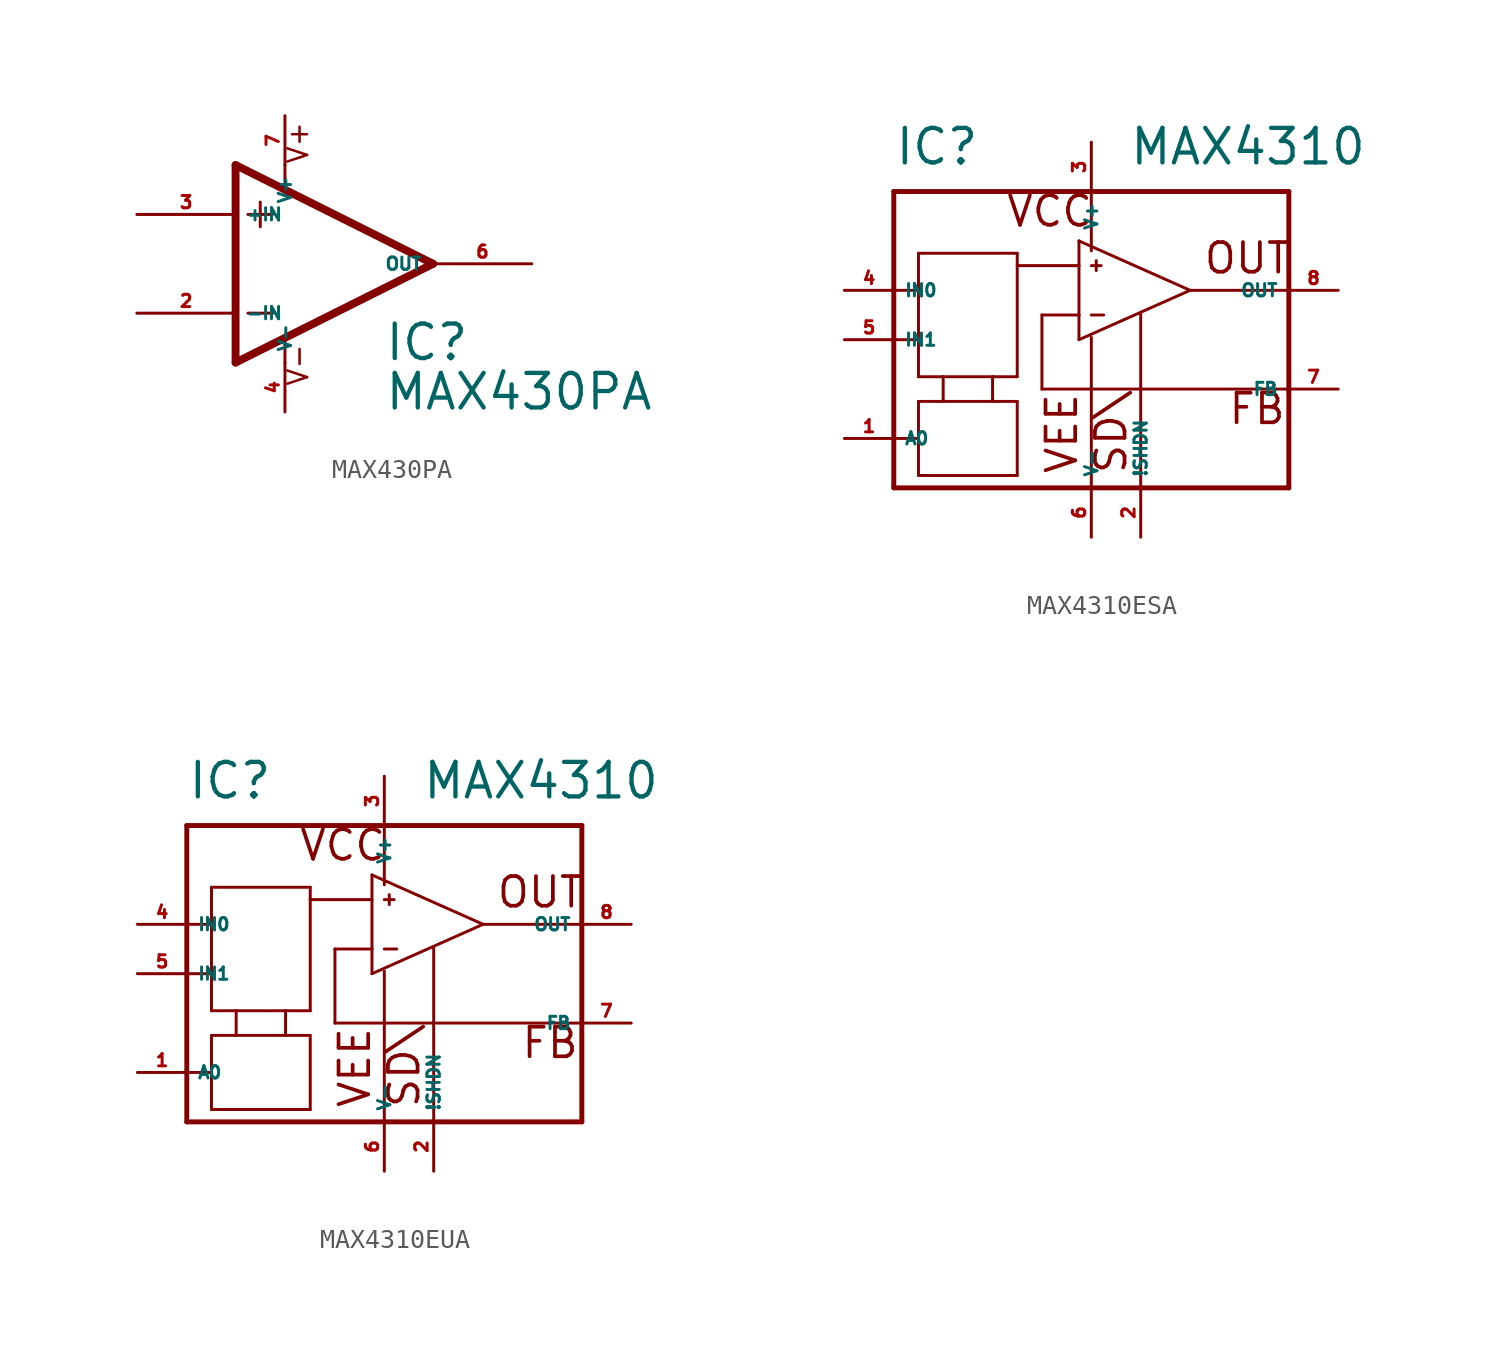
<source format=kicad_sym>
(kicad_symbol_lib
  (version 20220914)
  (generator Eagle2Kicad)
  (symbol "MAX430PA"
    (property "Reference" "IC"
      (at 5.08 -5.08 0)
      (effects (font (size 1.778 1.778) (thickness 0.22)) (justify left bottom)))
    (property "Value" "MAX430PA"
      (at 5.08 -7.62 0)
      (effects (font (size 1.778 1.778) (thickness 0.22)) (justify left bottom)))
    (polyline
      (pts (xy -1.27 3.175) (xy -1.27 1.905))
      (stroke (width 0.152) (type default))
      (fill (type none)))
    (polyline
      (pts (xy -1.905 2.54) (xy -0.635 2.54))
      (stroke (width 0.152) (type default))
      (fill (type none)))
    (polyline
      (pts (xy -1.905 -2.54) (xy -0.635 -2.54))
      (stroke (width 0.152) (type default))
      (fill (type none)))
    (polyline
      (pts (xy -2.54 5.08) (xy -2.54 -5.08))
      (stroke (width 0.406) (type default))
      (fill (type none)))
    (polyline
      (pts (xy 0 5.08) (xy 0 3.886))
      (stroke (width 0.152) (type default))
      (fill (type none)))
    (polyline
      (pts (xy -2.54 5.08) (xy 7.62 0))
      (stroke (width 0.406) (type default))
      (fill (type none)))
    (polyline
      (pts (xy 0 -3.886) (xy 0 -5.08))
      (stroke (width 0.152) (type default))
      (fill (type none)))
    (polyline
      (pts (xy -2.54 -5.08) (xy 7.62 0))
      (stroke (width 0.406) (type default))
      (fill (type none)))
    (text "V+"
      (at 1.27 5.08 900)
      (effects (font (size 1.016 1.016) (thickness 0.13)) (justify left bottom)))
    (text "V-"
      (at 1.27 -6.35 900)
      (effects (font (size 1.016 1.016) (thickness 0.13)) (justify left bottom)))
    (pin input line
      (at -7.62 -2.54 0)
      (length 5.08)
      (name "-IN" (effects (font (size 0.635 0.635) (thickness 0.08)) (justify left bottom)))
      (number "2" (effects (font (size 0.635 0.635) (thickness 0.08)) (justify left bottom))))
    (pin input line
      (at -7.62 2.54 0)
      (length 5.08)
      (name "+IN" (effects (font (size 0.635 0.635) (thickness 0.08)) (justify left bottom)))
      (number "3" (effects (font (size 0.635 0.635) (thickness 0.08)) (justify left bottom))))
    (pin output line
      (at 12.7 0 180)
      (length 5.08)
      (name "OUT" (effects (font (size 0.635 0.635) (thickness 0.08)) (justify left bottom)))
      (number "6" (effects (font (size 0.635 0.635) (thickness 0.08)) (justify left bottom))))
    (pin unspecified line
      (at 0 7.62 270)
      (length 2.54)
      (name "V+" (effects (font (size 0.635 0.635) (thickness 0.08)) (justify left bottom)))
      (number "7" (effects (font (size 0.635 0.635) (thickness 0.08)) (justify left bottom))))
    (pin unspecified line
      (at 0 -7.62 90)
      (length 2.54)
      (name "V-" (effects (font (size 0.635 0.635) (thickness 0.08)) (justify left bottom)))
      (number "4" (effects (font (size 0.635 0.635) (thickness 0.08)) (justify left bottom)))))
  (symbol "MAX4310ESA"
    (property "Reference" "IC"
      (at -10.16 11.43 0)
      (effects (font (size 1.778 1.778) (thickness 0.22)) (justify left bottom)))
    (property "Value" "MAX4310"
      (at 1.905 11.43 0)
      (effects (font (size 1.778 1.778) (thickness 0.22)) (justify left bottom)))
    (polyline
      (pts (xy 5.08 5.08) (xy -0.635 7.62))
      (stroke (width 0.152) (type default))
      (fill (type none)))
    (polyline
      (pts (xy -0.635 7.62) (xy -0.635 6.35))
      (stroke (width 0.152) (type default))
      (fill (type none)))
    (polyline
      (pts (xy -0.635 6.35) (xy -0.635 3.81))
      (stroke (width 0.152) (type default))
      (fill (type none)))
    (polyline
      (pts (xy -0.635 3.81) (xy -0.635 2.54))
      (stroke (width 0.152) (type default))
      (fill (type none)))
    (polyline
      (pts (xy -0.635 2.54) (xy 5.08 5.08))
      (stroke (width 0.152) (type default))
      (fill (type none)))
    (polyline
      (pts (xy -10.16 10.16) (xy -10.16 5.08))
      (stroke (width 0.254) (type default))
      (fill (type none)))
    (polyline
      (pts (xy -10.16 5.08) (xy -10.16 2.54))
      (stroke (width 0.254) (type default))
      (fill (type none)))
    (polyline
      (pts (xy -10.16 2.54) (xy -10.16 -2.54))
      (stroke (width 0.254) (type default))
      (fill (type none)))
    (polyline
      (pts (xy -10.16 -2.54) (xy -10.16 -5.08))
      (stroke (width 0.254) (type default))
      (fill (type none)))
    (polyline
      (pts (xy -10.16 -5.08) (xy 0 -5.08))
      (stroke (width 0.254) (type default))
      (fill (type none)))
    (polyline
      (pts (xy 0 -5.08) (xy 2.54 -5.08))
      (stroke (width 0.254) (type default))
      (fill (type none)))
    (polyline
      (pts (xy 2.54 -5.08) (xy 10.16 -5.08))
      (stroke (width 0.254) (type default))
      (fill (type none)))
    (polyline
      (pts (xy 10.16 -5.08) (xy 10.16 0))
      (stroke (width 0.254) (type default))
      (fill (type none)))
    (polyline
      (pts (xy 10.16 0) (xy 10.16 5.08))
      (stroke (width 0.254) (type default))
      (fill (type none)))
    (polyline
      (pts (xy 10.16 5.08) (xy 10.16 10.16))
      (stroke (width 0.254) (type default))
      (fill (type none)))
    (polyline
      (pts (xy 10.16 10.16) (xy 0 10.16))
      (stroke (width 0.254) (type default))
      (fill (type none)))
    (polyline
      (pts (xy 0 10.16) (xy -10.16 10.16))
      (stroke (width 0.254) (type default))
      (fill (type none)))
    (polyline
      (pts (xy -10.16 5.08) (xy -8.89 5.08))
      (stroke (width 0.152) (type default))
      (fill (type none)))
    (polyline
      (pts (xy -8.89 5.08) (xy -8.89 6.985))
      (stroke (width 0.152) (type default))
      (fill (type none)))
    (polyline
      (pts (xy -8.89 6.985) (xy -3.81 6.985))
      (stroke (width 0.152) (type default))
      (fill (type none)))
    (polyline
      (pts (xy -3.81 6.985) (xy -3.81 6.35))
      (stroke (width 0.152) (type default))
      (fill (type none)))
    (polyline
      (pts (xy -3.81 6.35) (xy -3.81 0.635))
      (stroke (width 0.152) (type default))
      (fill (type none)))
    (polyline
      (pts (xy -8.89 0.635) (xy -8.89 2.54))
      (stroke (width 0.152) (type default))
      (fill (type none)))
    (polyline
      (pts (xy -8.89 2.54) (xy -8.89 5.08))
      (stroke (width 0.152) (type default))
      (fill (type none)))
    (polyline
      (pts (xy -10.16 2.54) (xy -8.89 2.54))
      (stroke (width 0.152) (type default))
      (fill (type none)))
    (polyline
      (pts (xy 5.08 5.08) (xy 10.16 5.08))
      (stroke (width 0.152) (type default))
      (fill (type none)))
    (polyline
      (pts (xy 10.16 0) (xy -2.54 0))
      (stroke (width 0.152) (type default))
      (fill (type none)))
    (polyline
      (pts (xy -2.54 0) (xy -2.54 3.81))
      (stroke (width 0.152) (type default))
      (fill (type none)))
    (polyline
      (pts (xy -2.54 3.81) (xy -0.635 3.81))
      (stroke (width 0.152) (type default))
      (fill (type none)))
    (polyline
      (pts (xy -0.635 6.35) (xy -3.81 6.35))
      (stroke (width 0.152) (type default))
      (fill (type none)))
    (polyline
      (pts (xy 0 3.81) (xy 0.635 3.81))
      (stroke (width 0.152) (type default))
      (fill (type none)))
    (polyline
      (pts (xy 0 6.35) (xy 0.508 6.35))
      (stroke (width 0.152) (type default))
      (fill (type none)))
    (polyline
      (pts (xy 0.254 6.604) (xy 0.254 6.096))
      (stroke (width 0.152) (type default))
      (fill (type none)))
    (polyline
      (pts (xy 0 10.16) (xy 0 7.112))
      (stroke (width 0.152) (type default))
      (fill (type none)))
    (polyline
      (pts (xy 0 -5.08) (xy 0 2.667))
      (stroke (width 0.152) (type default))
      (fill (type none)))
    (polyline
      (pts (xy 2.54 -5.08) (xy 2.54 3.937))
      (stroke (width 0.152) (type default))
      (fill (type none)))
    (polyline
      (pts (xy -3.81 0.635) (xy -5.08 0.635))
      (stroke (width 0.152) (type default))
      (fill (type none)))
    (polyline
      (pts (xy -5.08 0.635) (xy -7.62 0.635))
      (stroke (width 0.152) (type default))
      (fill (type none)))
    (polyline
      (pts (xy -7.62 0.635) (xy -8.89 0.635))
      (stroke (width 0.152) (type default))
      (fill (type none)))
    (polyline
      (pts (xy -5.08 0.635) (xy -5.08 -0.635))
      (stroke (width 0.152) (type default))
      (fill (type none)))
    (polyline
      (pts (xy -7.62 0.635) (xy -7.62 -0.635))
      (stroke (width 0.152) (type default))
      (fill (type none)))
    (polyline
      (pts (xy -8.89 -4.445) (xy -8.89 -2.54))
      (stroke (width 0.152) (type default))
      (fill (type none)))
    (polyline
      (pts (xy -8.89 -2.54) (xy -8.89 -0.635))
      (stroke (width 0.152) (type default))
      (fill (type none)))
    (polyline
      (pts (xy -8.89 -0.635) (xy -3.81 -0.635))
      (stroke (width 0.152) (type default))
      (fill (type none)))
    (polyline
      (pts (xy -3.81 -4.445) (xy -3.81 -0.635))
      (stroke (width 0.152) (type default))
      (fill (type none)))
    (polyline
      (pts (xy -8.89 -4.445) (xy -3.81 -4.445))
      (stroke (width 0.152) (type default))
      (fill (type none)))
    (polyline
      (pts (xy -10.16 -2.54) (xy -8.89 -2.54))
      (stroke (width 0.152) (type default))
      (fill (type none)))
    (text "VEE"
      (at -0.635 -4.445 900)
      (effects (font (size 1.524 1.524) (thickness 0.19)) (justify left bottom)))
    (text "FB"
      (at 6.985 -1.905 0)
      (effects (font (size 1.524 1.524) (thickness 0.19)) (justify left bottom)))
    (text "VCC"
      (at -4.445 8.255 0)
      (effects (font (size 1.524 1.524) (thickness 0.19)) (justify left bottom)))
    (text "OUT"
      (at 5.715 5.842 0)
      (effects (font (size 1.524 1.524) (thickness 0.19)) (justify left bottom)))
    (text "SD\\"
      (at 1.905 -4.445 900)
      (effects (font (size 1.524 1.524) (thickness 0.19)) (justify left bottom)))
    (pin input line
      (at -12.7 2.54 0)
      (length 2.54)
      (name "IN1" (effects (font (size 0.635 0.635) (thickness 0.08)) (justify left bottom)))
      (number "5" (effects (font (size 0.635 0.635) (thickness 0.08)) (justify left bottom))))
    (pin input line
      (at -12.7 5.08 0)
      (length 2.54)
      (name "IN0" (effects (font (size 0.635 0.635) (thickness 0.08)) (justify left bottom)))
      (number "4" (effects (font (size 0.635 0.635) (thickness 0.08)) (justify left bottom))))
    (pin output line
      (at 12.7 5.08 180)
      (length 2.54)
      (name "OUT" (effects (font (size 0.635 0.635) (thickness 0.08)) (justify left bottom)))
      (number "8" (effects (font (size 0.635 0.635) (thickness 0.08)) (justify left bottom))))
    (pin unspecified line
      (at 0 12.7 270)
      (length 2.54)
      (name "V+" (effects (font (size 0.635 0.635) (thickness 0.08)) (justify left bottom)))
      (number "3" (effects (font (size 0.635 0.635) (thickness 0.08)) (justify left bottom))))
    (pin unspecified line
      (at 0 -7.62 90)
      (length 2.54)
      (name "V-" (effects (font (size 0.635 0.635) (thickness 0.08)) (justify left bottom)))
      (number "6" (effects (font (size 0.635 0.635) (thickness 0.08)) (justify left bottom))))
    (pin unspecified line
      (at 12.7 0 180)
      (length 2.54)
      (name "FB" (effects (font (size 0.635 0.635) (thickness 0.08)) (justify left bottom)))
      (number "7" (effects (font (size 0.635 0.635) (thickness 0.08)) (justify left bottom))))
    (pin input line
      (at -12.7 -2.54 0)
      (length 2.54)
      (name "A0" (effects (font (size 0.635 0.635) (thickness 0.08)) (justify left bottom)))
      (number "1" (effects (font (size 0.635 0.635) (thickness 0.08)) (justify left bottom))))
    (pin input line
      (at 2.54 -7.62 90)
      (length 2.54)
      (name "!SHDN" (effects (font (size 0.635 0.635) (thickness 0.08)) (justify left bottom)))
      (number "2" (effects (font (size 0.635 0.635) (thickness 0.08)) (justify left bottom)))))
  (symbol "MAX4310EUA"
    (property "Reference" "IC"
      (at -10.16 11.43 0)
      (effects (font (size 1.778 1.778) (thickness 0.22)) (justify left bottom)))
    (property "Value" "MAX4310"
      (at 1.905 11.43 0)
      (effects (font (size 1.778 1.778) (thickness 0.22)) (justify left bottom)))
    (polyline
      (pts (xy 5.08 5.08) (xy -0.635 7.62))
      (stroke (width 0.152) (type default))
      (fill (type none)))
    (polyline
      (pts (xy -0.635 7.62) (xy -0.635 6.35))
      (stroke (width 0.152) (type default))
      (fill (type none)))
    (polyline
      (pts (xy -0.635 6.35) (xy -0.635 3.81))
      (stroke (width 0.152) (type default))
      (fill (type none)))
    (polyline
      (pts (xy -0.635 3.81) (xy -0.635 2.54))
      (stroke (width 0.152) (type default))
      (fill (type none)))
    (polyline
      (pts (xy -0.635 2.54) (xy 5.08 5.08))
      (stroke (width 0.152) (type default))
      (fill (type none)))
    (polyline
      (pts (xy -10.16 10.16) (xy -10.16 5.08))
      (stroke (width 0.254) (type default))
      (fill (type none)))
    (polyline
      (pts (xy -10.16 5.08) (xy -10.16 2.54))
      (stroke (width 0.254) (type default))
      (fill (type none)))
    (polyline
      (pts (xy -10.16 2.54) (xy -10.16 -2.54))
      (stroke (width 0.254) (type default))
      (fill (type none)))
    (polyline
      (pts (xy -10.16 -2.54) (xy -10.16 -5.08))
      (stroke (width 0.254) (type default))
      (fill (type none)))
    (polyline
      (pts (xy -10.16 -5.08) (xy 0 -5.08))
      (stroke (width 0.254) (type default))
      (fill (type none)))
    (polyline
      (pts (xy 0 -5.08) (xy 2.54 -5.08))
      (stroke (width 0.254) (type default))
      (fill (type none)))
    (polyline
      (pts (xy 2.54 -5.08) (xy 10.16 -5.08))
      (stroke (width 0.254) (type default))
      (fill (type none)))
    (polyline
      (pts (xy 10.16 -5.08) (xy 10.16 0))
      (stroke (width 0.254) (type default))
      (fill (type none)))
    (polyline
      (pts (xy 10.16 0) (xy 10.16 5.08))
      (stroke (width 0.254) (type default))
      (fill (type none)))
    (polyline
      (pts (xy 10.16 5.08) (xy 10.16 10.16))
      (stroke (width 0.254) (type default))
      (fill (type none)))
    (polyline
      (pts (xy 10.16 10.16) (xy 0 10.16))
      (stroke (width 0.254) (type default))
      (fill (type none)))
    (polyline
      (pts (xy 0 10.16) (xy -10.16 10.16))
      (stroke (width 0.254) (type default))
      (fill (type none)))
    (polyline
      (pts (xy -10.16 5.08) (xy -8.89 5.08))
      (stroke (width 0.152) (type default))
      (fill (type none)))
    (polyline
      (pts (xy -8.89 5.08) (xy -8.89 6.985))
      (stroke (width 0.152) (type default))
      (fill (type none)))
    (polyline
      (pts (xy -8.89 6.985) (xy -3.81 6.985))
      (stroke (width 0.152) (type default))
      (fill (type none)))
    (polyline
      (pts (xy -3.81 6.985) (xy -3.81 6.35))
      (stroke (width 0.152) (type default))
      (fill (type none)))
    (polyline
      (pts (xy -3.81 6.35) (xy -3.81 0.635))
      (stroke (width 0.152) (type default))
      (fill (type none)))
    (polyline
      (pts (xy -8.89 0.635) (xy -8.89 2.54))
      (stroke (width 0.152) (type default))
      (fill (type none)))
    (polyline
      (pts (xy -8.89 2.54) (xy -8.89 5.08))
      (stroke (width 0.152) (type default))
      (fill (type none)))
    (polyline
      (pts (xy -10.16 2.54) (xy -8.89 2.54))
      (stroke (width 0.152) (type default))
      (fill (type none)))
    (polyline
      (pts (xy 5.08 5.08) (xy 10.16 5.08))
      (stroke (width 0.152) (type default))
      (fill (type none)))
    (polyline
      (pts (xy 10.16 0) (xy -2.54 0))
      (stroke (width 0.152) (type default))
      (fill (type none)))
    (polyline
      (pts (xy -2.54 0) (xy -2.54 3.81))
      (stroke (width 0.152) (type default))
      (fill (type none)))
    (polyline
      (pts (xy -2.54 3.81) (xy -0.635 3.81))
      (stroke (width 0.152) (type default))
      (fill (type none)))
    (polyline
      (pts (xy -0.635 6.35) (xy -3.81 6.35))
      (stroke (width 0.152) (type default))
      (fill (type none)))
    (polyline
      (pts (xy 0 3.81) (xy 0.635 3.81))
      (stroke (width 0.152) (type default))
      (fill (type none)))
    (polyline
      (pts (xy 0 6.35) (xy 0.508 6.35))
      (stroke (width 0.152) (type default))
      (fill (type none)))
    (polyline
      (pts (xy 0.254 6.604) (xy 0.254 6.096))
      (stroke (width 0.152) (type default))
      (fill (type none)))
    (polyline
      (pts (xy 0 10.16) (xy 0 7.112))
      (stroke (width 0.152) (type default))
      (fill (type none)))
    (polyline
      (pts (xy 0 -5.08) (xy 0 2.667))
      (stroke (width 0.152) (type default))
      (fill (type none)))
    (polyline
      (pts (xy 2.54 -5.08) (xy 2.54 3.937))
      (stroke (width 0.152) (type default))
      (fill (type none)))
    (polyline
      (pts (xy -3.81 0.635) (xy -5.08 0.635))
      (stroke (width 0.152) (type default))
      (fill (type none)))
    (polyline
      (pts (xy -5.08 0.635) (xy -7.62 0.635))
      (stroke (width 0.152) (type default))
      (fill (type none)))
    (polyline
      (pts (xy -7.62 0.635) (xy -8.89 0.635))
      (stroke (width 0.152) (type default))
      (fill (type none)))
    (polyline
      (pts (xy -5.08 0.635) (xy -5.08 -0.635))
      (stroke (width 0.152) (type default))
      (fill (type none)))
    (polyline
      (pts (xy -7.62 0.635) (xy -7.62 -0.635))
      (stroke (width 0.152) (type default))
      (fill (type none)))
    (polyline
      (pts (xy -8.89 -4.445) (xy -8.89 -2.54))
      (stroke (width 0.152) (type default))
      (fill (type none)))
    (polyline
      (pts (xy -8.89 -2.54) (xy -8.89 -0.635))
      (stroke (width 0.152) (type default))
      (fill (type none)))
    (polyline
      (pts (xy -8.89 -0.635) (xy -3.81 -0.635))
      (stroke (width 0.152) (type default))
      (fill (type none)))
    (polyline
      (pts (xy -3.81 -4.445) (xy -3.81 -0.635))
      (stroke (width 0.152) (type default))
      (fill (type none)))
    (polyline
      (pts (xy -8.89 -4.445) (xy -3.81 -4.445))
      (stroke (width 0.152) (type default))
      (fill (type none)))
    (polyline
      (pts (xy -10.16 -2.54) (xy -8.89 -2.54))
      (stroke (width 0.152) (type default))
      (fill (type none)))
    (text "VEE"
      (at -0.635 -4.445 900)
      (effects (font (size 1.524 1.524) (thickness 0.19)) (justify left bottom)))
    (text "FB"
      (at 6.985 -1.905 0)
      (effects (font (size 1.524 1.524) (thickness 0.19)) (justify left bottom)))
    (text "VCC"
      (at -4.445 8.255 0)
      (effects (font (size 1.524 1.524) (thickness 0.19)) (justify left bottom)))
    (text "OUT"
      (at 5.715 5.842 0)
      (effects (font (size 1.524 1.524) (thickness 0.19)) (justify left bottom)))
    (text "SD\\"
      (at 1.905 -4.445 900)
      (effects (font (size 1.524 1.524) (thickness 0.19)) (justify left bottom)))
    (pin input line
      (at -12.7 2.54 0)
      (length 2.54)
      (name "IN1" (effects (font (size 0.635 0.635) (thickness 0.08)) (justify left bottom)))
      (number "5" (effects (font (size 0.635 0.635) (thickness 0.08)) (justify left bottom))))
    (pin input line
      (at -12.7 5.08 0)
      (length 2.54)
      (name "IN0" (effects (font (size 0.635 0.635) (thickness 0.08)) (justify left bottom)))
      (number "4" (effects (font (size 0.635 0.635) (thickness 0.08)) (justify left bottom))))
    (pin output line
      (at 12.7 5.08 180)
      (length 2.54)
      (name "OUT" (effects (font (size 0.635 0.635) (thickness 0.08)) (justify left bottom)))
      (number "8" (effects (font (size 0.635 0.635) (thickness 0.08)) (justify left bottom))))
    (pin unspecified line
      (at 0 12.7 270)
      (length 2.54)
      (name "V+" (effects (font (size 0.635 0.635) (thickness 0.08)) (justify left bottom)))
      (number "3" (effects (font (size 0.635 0.635) (thickness 0.08)) (justify left bottom))))
    (pin unspecified line
      (at 0 -7.62 90)
      (length 2.54)
      (name "V-" (effects (font (size 0.635 0.635) (thickness 0.08)) (justify left bottom)))
      (number "6" (effects (font (size 0.635 0.635) (thickness 0.08)) (justify left bottom))))
    (pin unspecified line
      (at 12.7 0 180)
      (length 2.54)
      (name "FB" (effects (font (size 0.635 0.635) (thickness 0.08)) (justify left bottom)))
      (number "7" (effects (font (size 0.635 0.635) (thickness 0.08)) (justify left bottom))))
    (pin input line
      (at -12.7 -2.54 0)
      (length 2.54)
      (name "A0" (effects (font (size 0.635 0.635) (thickness 0.08)) (justify left bottom)))
      (number "1" (effects (font (size 0.635 0.635) (thickness 0.08)) (justify left bottom))))
    (pin input line
      (at 2.54 -7.62 90)
      (length 2.54)
      (name "!SHDN" (effects (font (size 0.635 0.635) (thickness 0.08)) (justify left bottom)))
      (number "2" (effects (font (size 0.635 0.635) (thickness 0.08)) (justify left bottom))))))
</source>
